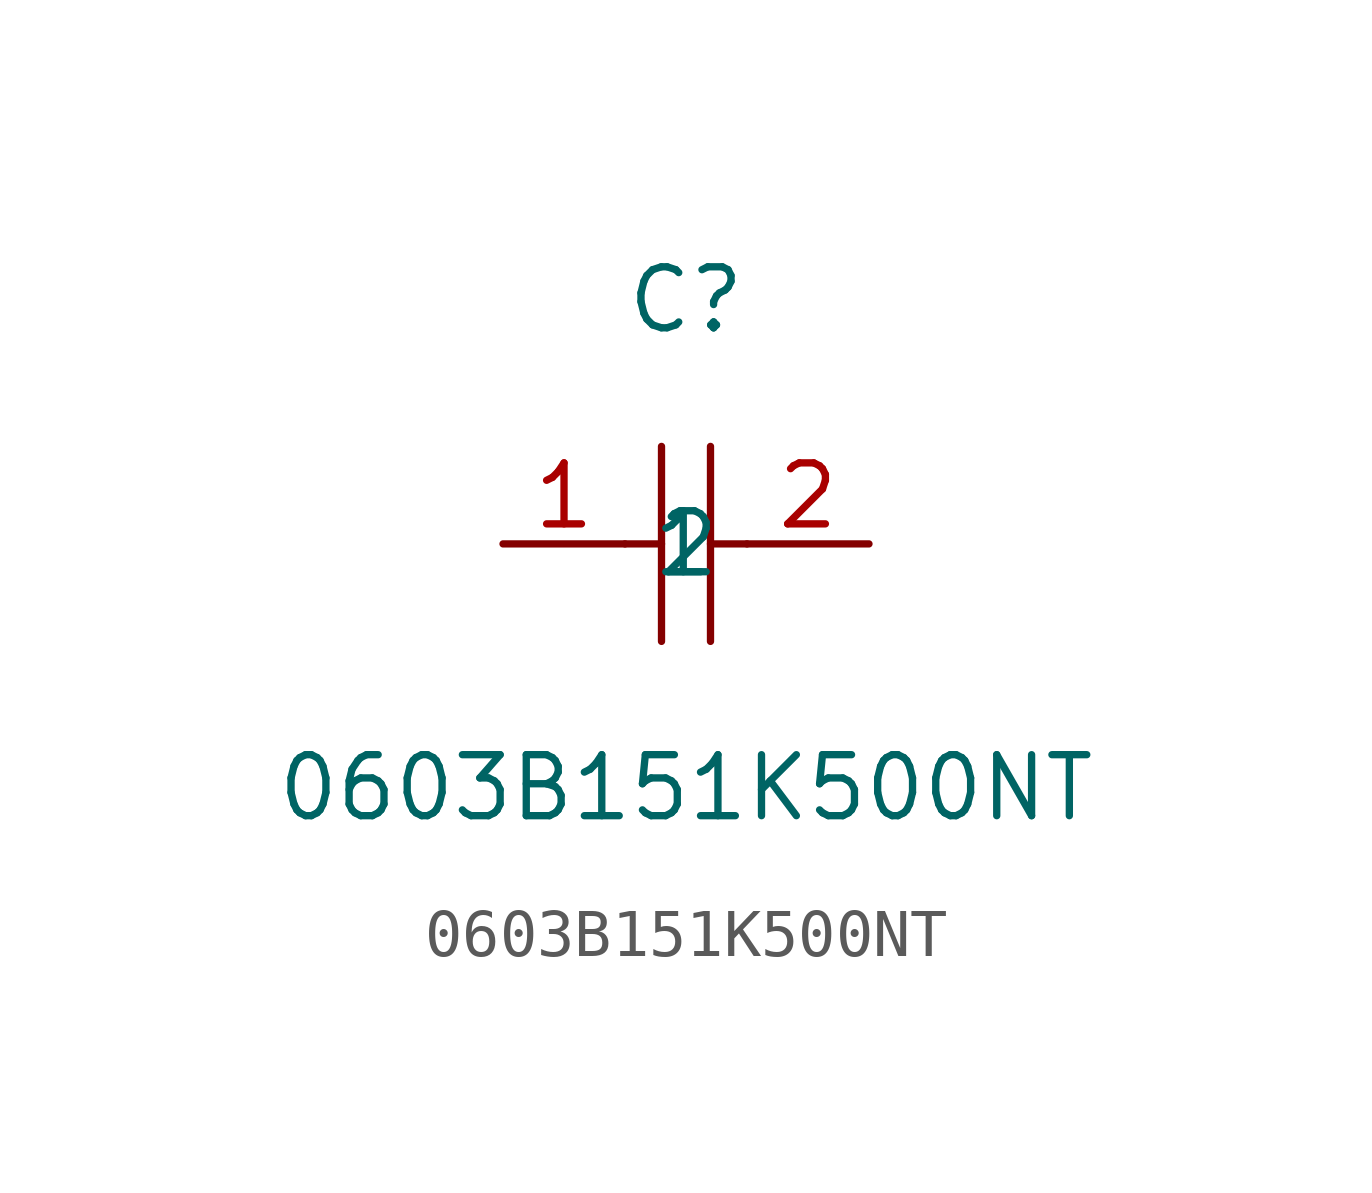
<source format=kicad_sym>
(kicad_symbol_lib
  (version 1)
  (generator "faebryk")
  (symbol "0603B151K500NT"
    (property "Reference" "C"
      (at 0 5.08 0)
      (effects (font (size 1.27 1.27)) (hide no)))
    (property "Value" "0603B151K500NT"
      (at 0 -5.08 0)
      (effects (font (size 1.27 1.27)) (hide no)))
    (symbol "0603B151K500NT_0_1"
      (polyline (stroke (width 0) (type default) (color 0 0 0 0)) (fill (type none)) (pts (xy -0.51 2.03) (xy -0.51 -2.03)))
      (polyline (stroke (width 0) (type default) (color 0 0 0 0)) (fill (type none)) (pts (xy 0.51 2.03) (xy 0.51 -2.03)))
      (polyline (stroke (width 0) (type default) (color 0 0 0 0)) (fill (type none)) (pts (xy -1.27 0) (xy -0.51 0)))
      (polyline (stroke (width 0) (type default) (color 0 0 0 0)) (fill (type none)) (pts (xy 0.51 0) (xy 1.27 0)))
      (pin input line (at -3.81 0 0) (length 2.54) (name "1" (effects (font (size 1.27 1.27)) (hide no))) (number "1" (effects (font (size 1.27 1.27)) (hide no))))
      (pin input line (at 3.81 0 180) (length 2.54) (name "2" (effects (font (size 1.27 1.27)) (hide no))) (number "2" (effects (font (size 1.27 1.27)) (hide no)))))))
</source>
